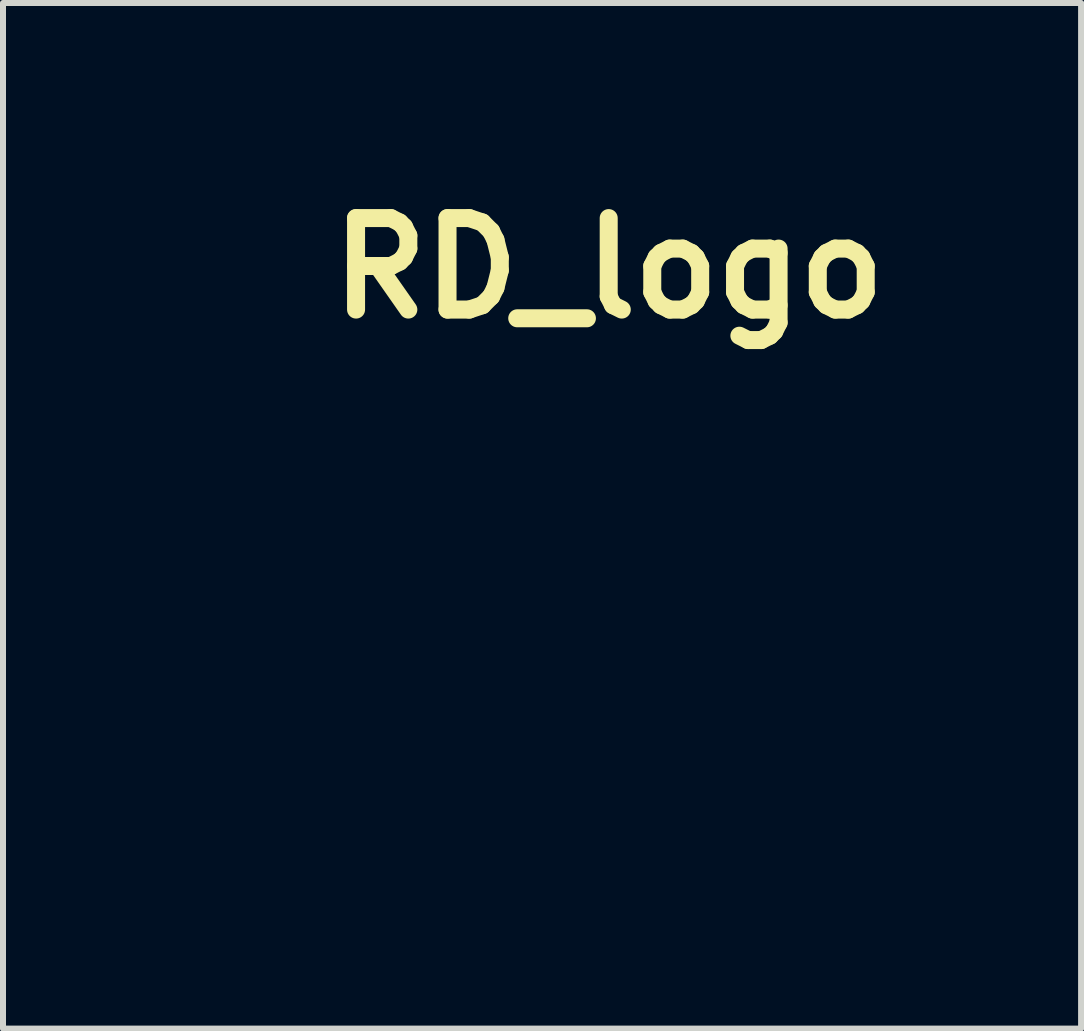
<source format=kicad_pcb>
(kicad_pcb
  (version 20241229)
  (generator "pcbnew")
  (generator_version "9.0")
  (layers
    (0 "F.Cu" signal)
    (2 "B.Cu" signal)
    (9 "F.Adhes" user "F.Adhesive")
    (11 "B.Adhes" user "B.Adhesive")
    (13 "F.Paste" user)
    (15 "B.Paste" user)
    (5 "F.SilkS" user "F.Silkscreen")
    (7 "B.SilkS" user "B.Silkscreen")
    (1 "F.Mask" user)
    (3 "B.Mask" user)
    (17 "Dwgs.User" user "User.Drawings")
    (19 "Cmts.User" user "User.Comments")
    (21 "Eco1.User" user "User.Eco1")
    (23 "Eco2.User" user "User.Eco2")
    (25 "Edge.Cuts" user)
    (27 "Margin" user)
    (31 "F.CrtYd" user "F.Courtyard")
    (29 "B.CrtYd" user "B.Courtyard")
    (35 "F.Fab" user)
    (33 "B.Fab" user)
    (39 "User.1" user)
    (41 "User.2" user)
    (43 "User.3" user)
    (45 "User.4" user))
  (footprint "RD_logo"
    (layer "F.Cu")
    (at 2.851 7.658)
    (property "Reference" "RD_logo" (at 4.24 -6.24 0) (layer "F.SilkS") (effects (font (size 1.524 1.524) (thickness 0.3))))
    (attr through_hole)
    (fp_poly (pts (xy 0.063 0.829) (xy 0.066 0.834) (xy 0.068 0.84) (xy 0.068 0.844) (xy 0.069 0.85) (xy 0.071 0.858) (xy 0.073 0.868) (xy 0.076 0.877) (xy 0.079 0.887) (xy 0.082 0.895) (xy 0.083 0.896) (xy 0.088 0.905) (xy 0.094 0.914) (xy 0.098 0.918) (xy 0.11 0.928) (xy 0.124 0.938) (xy 0.141 0.948) (xy 0.16 0.958) (xy 0.176 0.964) (xy 0.183 0.968) (xy 0.188 0.97) (xy 0.19 0.972) (xy 0.191 0.974) (xy 0.19 0.978) (xy 0.19 0.98) (xy 0.187 0.98) (xy 0.182 0.981) (xy 0.175 0.982) (xy 0.165 0.984) (xy 0.154 0.985) (xy 0.142 0.987) (xy 0.129 0.988) (xy 0.116 0.99) (xy 0.104 0.991) (xy 0.092 0.993) (xy 0.082 0.994) (xy 0.074 0.994) (xy 0.068 0.995) (xy 0.066 0.995) (xy 0.059 0.994) (xy 0.052 0.993) (xy 0.05 0.992) (xy 0.037 0.987) (xy 0.027 0.98) (xy 0.018 0.971) (xy 0.012 0.96) (xy 0.009 0.949) (xy 0.009 0.941) (xy 0.01 0.937) (xy 0.012 0.931) (xy 0.015 0.922) (xy 0.018 0.912) (xy 0.022 0.901) (xy 0.027 0.889) (xy 0.032 0.877) (xy 0.036 0.865) (xy 0.041 0.855) (xy 0.045 0.845) (xy 0.048 0.837) (xy 0.051 0.832) (xy 0.053 0.829) (xy 0.053 0.828) (xy 0.058 0.827) (xy 0.063 0.829)) (stroke (width 0.01) (type solid)) (fill yes) (layer "F.Mask"))
    (fp_poly (pts (xy -0.61 -2.886) (xy -0.61 -2.883) (xy -0.611 -2.882) (xy -0.614 -2.877) (xy -0.619 -2.872) (xy -0.626 -2.864) (xy -0.634 -2.856) (xy -0.643 -2.847) (xy -0.643 -2.847) (xy -0.677 -2.813) (xy -0.709 -2.781) (xy -0.738 -2.751) (xy -0.764 -2.723) (xy -0.788 -2.697) (xy -0.81 -2.672) (xy -0.821 -2.658) (xy -0.827 -2.652) (xy -0.833 -2.643) (xy -0.841 -2.633) (xy -0.85 -2.621) (xy -0.859 -2.609) (xy -0.867 -2.596) (xy -0.869 -2.594) (xy -0.885 -2.572) (xy -0.899 -2.552) (xy -0.912 -2.534) (xy -0.924 -2.518) (xy -0.936 -2.502) (xy -0.949 -2.486) (xy -0.963 -2.469) (xy -0.967 -2.464) (xy -0.991 -2.434) (xy -1.012 -2.407) (xy -1.032 -2.382) (xy -1.049 -2.358) (xy -1.064 -2.336) (xy -1.071 -2.326) (xy -1.075 -2.319) (xy -1.081 -2.309) (xy -1.088 -2.297) (xy -1.096 -2.282) (xy -1.104 -2.265) (xy -1.114 -2.246) (xy -1.124 -2.226) (xy -1.135 -2.205) (xy -1.146 -2.183) (xy -1.157 -2.16) (xy -1.168 -2.137) (xy -1.179 -2.114) (xy -1.19 -2.091) (xy -1.201 -2.068) (xy -1.211 -2.046) (xy -1.215 -2.037) (xy -1.231 -2.002) (xy -1.248 -1.964) (xy -1.265 -1.924) (xy -1.283 -1.883) (xy -1.3 -1.841) (xy -1.317 -1.801) (xy -1.325 -1.781) (xy -1.329 -1.769) (xy -1.334 -1.758) (xy -1.338 -1.748) (xy -1.341 -1.741) (xy -1.343 -1.735) (xy -1.345 -1.733) (xy -1.349 -1.73) (xy -1.354 -1.729) (xy -1.359 -1.73) (xy -1.362 -1.733) (xy -1.363 -1.734) (xy -1.363 -1.736) (xy -1.363 -1.738) (xy -1.363 -1.741) (xy -1.362 -1.745) (xy -1.361 -1.751) (xy -1.359 -1.759) (xy -1.357 -1.769) (xy -1.354 -1.782) (xy -1.35 -1.797) (xy -1.347 -1.808) (xy -1.34 -1.839) (xy -1.332 -1.866) (xy -1.326 -1.891) (xy -1.319 -1.915) (xy -1.313 -1.938) (xy -1.306 -1.96) (xy -1.299 -1.982) (xy -1.291 -2.004) (xy -1.283 -2.028) (xy -1.274 -2.054) (xy -1.274 -2.055) (xy -1.263 -2.085) (xy -1.252 -2.116) (xy -1.24 -2.147) (xy -1.229 -2.177) (xy -1.217 -2.208) (xy -1.206 -2.237) (xy -1.195 -2.265) (xy -1.184 -2.293) (xy -1.173 -2.319) (xy -1.163 -2.343) (xy -1.153 -2.366) (xy -1.145 -2.386) (xy -1.136 -2.404) (xy -1.129 -2.42) (xy -1.123 -2.432) (xy -1.117 -2.442) (xy -1.116 -2.445) (xy -1.11 -2.454) (xy -1.102 -2.464) (xy -1.093 -2.476) (xy -1.082 -2.488) (xy -1.069 -2.502) (xy -1.054 -2.517) (xy -1.041 -2.531) (xy -1.011 -2.56) (xy -0.979 -2.591) (xy -0.945 -2.622) (xy -0.909 -2.654) (xy -0.871 -2.687) (xy -0.833 -2.719) (xy -0.794 -2.751) (xy -0.755 -2.783) (xy -0.716 -2.814) (xy -0.678 -2.843) (xy -0.672 -2.847) (xy -0.661 -2.855) (xy -0.651 -2.863) (xy -0.641 -2.87) (xy -0.633 -2.876) (xy -0.627 -2.881) (xy -0.623 -2.883) (xy -0.623 -2.884) (xy -0.617 -2.887) (xy -0.612 -2.887) (xy -0.61 -2.886)) (stroke (width 0.01) (type solid)) (fill yes) (layer "F.Mask"))
    (fp_poly (pts (xy -1.754 -1.34) (xy -1.751 -1.338) (xy -1.747 -1.335) (xy -1.742 -1.329) (xy -1.736 -1.319) (xy -1.728 -1.307) (xy -1.719 -1.291) (xy -1.708 -1.272) (xy -1.696 -1.25) (xy -1.682 -1.225) (xy -1.667 -1.197) (xy -1.65 -1.165) (xy -1.632 -1.131) (xy -1.619 -1.106) (xy -1.61 -1.089) (xy -1.601 -1.072) (xy -1.593 -1.057) (xy -1.585 -1.042) (xy -1.578 -1.03) (xy -1.573 -1.019) (xy -1.568 -1.01) (xy -1.565 -1.004) (xy -1.563 -1.001) (xy -1.563 -1.001) (xy -1.561 -0.999) (xy -1.557 -0.994) (xy -1.551 -0.988) (xy -1.542 -0.98) (xy -1.531 -0.969) (xy -1.519 -0.956) (xy -1.504 -0.942) (xy -1.487 -0.926) (xy -1.469 -0.908) (xy -1.449 -0.888) (xy -1.427 -0.867) (xy -1.404 -0.845) (xy -1.38 -0.821) (xy -1.354 -0.796) (xy -1.328 -0.77) (xy -1.3 -0.743) (xy -1.271 -0.715) (xy -1.241 -0.686) (xy -1.211 -0.657) (xy -1.179 -0.626) (xy -1.148 -0.595) (xy -1.115 -0.564) (xy -1.083 -0.533) (xy -1.05 -0.501) (xy -1.017 -0.468) (xy -0.983 -0.436) (xy -0.95 -0.404) (xy -0.917 -0.372) (xy -0.884 -0.34) (xy -0.851 -0.308) (xy -0.819 -0.277) (xy -0.787 -0.246) (xy -0.756 -0.216) (xy -0.725 -0.186) (xy -0.695 -0.158) (xy -0.666 -0.13) (xy -0.638 -0.103) (xy -0.611 -0.077) (xy -0.585 -0.052) (xy -0.561 -0.028) (xy -0.537 -0.006) (xy -0.516 0.015) (xy -0.495 0.035) (xy -0.477 0.053) (xy -0.46 0.069) (xy -0.445 0.083) (xy -0.432 0.096) (xy -0.42 0.106) (xy -0.411 0.115) (xy -0.405 0.121) (xy -0.4 0.125) (xy -0.398 0.127) (xy -0.387 0.134) (xy -0.374 0.142) (xy -0.36 0.149) (xy -0.346 0.156) (xy -0.333 0.161) (xy -0.328 0.163) (xy -0.313 0.167) (xy -0.299 0.169) (xy -0.285 0.17) (xy -0.274 0.168) (xy -0.273 0.168) (xy -0.259 0.162) (xy -0.244 0.153) (xy -0.229 0.141) (xy -0.212 0.125) (xy -0.195 0.106) (xy -0.176 0.083) (xy -0.167 0.072) (xy -0.16 0.062) (xy -0.154 0.055) (xy -0.15 0.05) (xy -0.146 0.048) (xy -0.142 0.047) (xy -0.139 0.048) (xy -0.136 0.05) (xy -0.133 0.052) (xy -0.132 0.054) (xy -0.131 0.059) (xy -0.131 0.064) (xy -0.132 0.076) (xy -0.134 0.091) (xy -0.137 0.107) (xy -0.14 0.124) (xy -0.145 0.141) (xy -0.15 0.157) (xy -0.155 0.172) (xy -0.156 0.176) (xy -0.168 0.201) (xy -0.183 0.224) (xy -0.201 0.245) (xy -0.221 0.264) (xy -0.242 0.281) (xy -0.264 0.293) (xy -0.278 0.3) (xy -0.291 0.303) (xy -0.304 0.304) (xy -0.313 0.303) (xy -0.33 0.299) (xy -0.347 0.292) (xy -0.364 0.282) (xy -0.365 0.282) (xy -0.368 0.279) (xy -0.374 0.274) (xy -0.382 0.267) (xy -0.392 0.257) (xy -0.404 0.246) (xy -0.419 0.232) (xy -0.436 0.215) (xy -0.455 0.196) (xy -0.477 0.175) (xy -0.501 0.152) (xy -0.527 0.126) (xy -0.535 0.118) (xy -0.555 0.099) (xy -0.574 0.08) (xy -0.592 0.063) (xy -0.609 0.046) (xy -0.625 0.03) (xy -0.64 0.016) (xy -0.653 0.003) (xy -0.664 -0.008) (xy -0.674 -0.018) (xy -0.682 -0.026) (xy -0.688 -0.031) (xy -0.692 -0.035) (xy -0.694 -0.036) (xy -0.694 -0.036) (xy -0.694 -0.035) (xy -0.695 -0.031) (xy -0.696 -0.025) (xy -0.697 -0.021) (xy -0.701 0.002) (xy -0.707 0.028) (xy -0.714 0.055) (xy -0.723 0.083) (xy -0.734 0.11) (xy -0.746 0.137) (xy -0.758 0.163) (xy -0.768 0.182) (xy -0.776 0.196) (xy -0.787 0.212) (xy -0.799 0.23) (xy -0.812 0.249) (xy -0.826 0.27) (xy -0.841 0.29) (xy -0.856 0.311) (xy -0.871 0.331) (xy -0.886 0.351) (xy -0.899 0.367) (xy -0.91 0.381) (xy -0.921 0.382) (xy -0.93 0.383) (xy -0.942 0.383) (xy -0.955 0.383) (xy -0.97 0.383) (xy -0.985 0.382) (xy -0.998 0.382) (xy -1.009 0.381) (xy -1.021 0.38) (xy -1.032 0.378) (xy -1.039 0.377) (xy -1.06 0.373) (xy -1.084 0.368) (xy -1.11 0.36) (xy -1.137 0.351) (xy -1.166 0.341) (xy -1.194 0.33) (xy -1.223 0.318) (xy -1.251 0.305) (xy -1.259 0.301) (xy -1.288 0.287) (xy -1.315 0.272) (xy -1.339 0.257) (xy -1.362 0.242) (xy -1.384 0.226) (xy -1.404 0.209) (xy -1.425 0.19) (xy -1.44 0.175) (xy -1.468 0.145) (xy -1.495 0.114) (xy -1.521 0.081) (xy -1.546 0.045) (xy -1.57 0.008) (xy -1.594 -0.033) (xy -1.617 -0.077) (xy -1.622 -0.087) (xy -1.625 -0.092) (xy -0.928 -0.092) (xy -0.927 -0.08) (xy -0.924 -0.066) (xy -0.919 -0.052) (xy -0.913 -0.038) (xy -0.906 -0.027) (xy -0.899 -0.018) (xy -0.885 -0.006) (xy -0.871 0.002) (xy -0.856 0.008) (xy -0.84 0.01) (xy -0.835 0.01) (xy -0.827 0.009) (xy -0.821 0.008) (xy -0.815 0.006) (xy -0.807 0.002) (xy -0.807 0.002) (xy -0.793 -0.007) (xy -0.781 -0.018) (xy -0.771 -0.03) (xy -0.769 -0.033) (xy -0.765 -0.041) (xy -0.761 -0.051) (xy -0.757 -0.063) (xy -0.754 -0.075) (xy -0.752 -0.08) (xy -0.75 -0.092) (xy -0.798 -0.139) (xy -0.809 -0.15) (xy -0.819 -0.16) (xy -0.829 -0.17) (xy -0.838 -0.179) (xy -0.846 -0.186) (xy -0.851 -0.191) (xy -0.855 -0.194) (xy -0.855 -0.194) (xy -0.865 -0.203) (xy -0.88 -0.189) (xy -0.894 -0.175) (xy -0.905 -0.161) (xy -0.913 -0.147) (xy -0.917 -0.14) (xy -0.921 -0.129) (xy -0.925 -0.116) (xy -0.927 -0.104) (xy -0.928 -0.093) (xy -0.928 -0.092) (xy -1.625 -0.092) (xy -1.651 -0.147) (xy -1.678 -0.207) (xy -1.701 -0.266) (xy -1.722 -0.325) (xy -1.739 -0.383) (xy -1.752 -0.432) (xy -1.273 -0.432) (xy -1.273 -0.426) (xy -1.272 -0.408) (xy -1.27 -0.393) (xy -1.268 -0.378) (xy -1.264 -0.364) (xy -1.26 -0.35) (xy -1.252 -0.331) (xy -1.243 -0.313) (xy -1.233 -0.295) (xy -1.222 -0.278) (xy -1.21 -0.263) (xy -1.198 -0.251) (xy -1.187 -0.241) (xy -1.182 -0.238) (xy -1.164 -0.228) (xy -1.144 -0.219) (xy -1.124 -0.212) (xy -1.105 -0.207) (xy -1.103 -0.207) (xy -1.092 -0.206) (xy -1.08 -0.205) (xy -1.067 -0.205) (xy -1.055 -0.206) (xy -1.046 -0.208) (xy -1.027 -0.213) (xy -1.01 -0.222) (xy -0.995 -0.233) (xy -0.982 -0.247) (xy -0.971 -0.263) (xy -0.966 -0.275) (xy -0.964 -0.281) (xy -0.962 -0.286) (xy -0.961 -0.289) (xy -0.961 -0.29) (xy -0.961 -0.291) (xy -0.962 -0.293) (xy -0.964 -0.295) (xy -0.967 -0.298) (xy -0.97 -0.302) (xy -0.975 -0.307) (xy -0.981 -0.313) (xy -0.988 -0.321) (xy -0.997 -0.33) (xy -1.008 -0.34) (xy -1.02 -0.352) (xy -1.034 -0.366) (xy -1.051 -0.382) (xy -1.069 -0.401) (xy -1.09 -0.421) (xy -1.099 -0.429) (xy -1.117 -0.447) (xy -1.135 -0.465) (xy -1.152 -0.481) (xy -1.167 -0.496) (xy -1.182 -0.511) (xy -1.195 -0.524) (xy -1.207 -0.535) (xy -1.217 -0.545) (xy -1.226 -0.553) (xy -1.232 -0.559) (xy -1.236 -0.563) (xy -1.238 -0.565) (xy -1.238 -0.565) (xy -1.24 -0.563) (xy -1.242 -0.559) (xy -1.245 -0.553) (xy -1.249 -0.545) (xy -1.253 -0.537) (xy -1.256 -0.528) (xy -1.259 -0.52) (xy -1.26 -0.516) (xy -1.267 -0.495) (xy -1.271 -0.475) (xy -1.273 -0.454) (xy -1.273 -0.432) (xy -1.752 -0.432) (xy -1.754 -0.439) (xy -1.766 -0.494) (xy -1.773 -0.537) (xy -1.776 -0.56) (xy -1.778 -0.581) (xy -1.779 -0.601) (xy -1.78 -0.623) (xy -1.78 -0.642) (xy -1.78 -0.655) (xy -1.78 -0.664) (xy -1.78 -0.671) (xy -1.781 -0.676) (xy -1.781 -0.679) (xy -1.782 -0.681) (xy -1.783 -0.682) (xy -1.784 -0.683) (xy -1.786 -0.684) (xy -1.791 -0.688) (xy -1.798 -0.692) (xy -1.808 -0.698) (xy -1.819 -0.706) (xy -1.833 -0.715) (xy -1.848 -0.724) (xy -1.865 -0.735) (xy -1.883 -0.746) (xy -1.902 -0.758) (xy -1.921 -0.771) (xy -1.922 -0.771) (xy -1.941 -0.783) (xy -1.96 -0.795) (xy -1.978 -0.807) (xy -1.995 -0.817) (xy -2.01 -0.827) (xy -2.024 -0.836) (xy -2.036 -0.843) (xy -2.046 -0.849) (xy -2.053 -0.854) (xy -2.058 -0.857) (xy -2.06 -0.859) (xy -2.06 -0.859) (xy -2.065 -0.866) (xy -2.068 -0.873) (xy -2.068 -0.881) (xy -2.065 -0.887) (xy -2.059 -0.893) (xy -2.049 -0.897) (xy -2.039 -0.9) (xy -2.027 -0.9) (xy -2.015 -0.899) (xy -2.015 -0.899) (xy -2.01 -0.897) (xy -2.002 -0.894) (xy -1.993 -0.89) (xy -1.981 -0.885) (xy -1.967 -0.878) (xy -1.953 -0.871) (xy -1.937 -0.863) (xy -1.92 -0.855) (xy -1.904 -0.846) (xy -1.887 -0.838) (xy -1.871 -0.829) (xy -1.855 -0.821) (xy -1.841 -0.813) (xy -1.828 -0.806) (xy -1.817 -0.799) (xy -1.813 -0.797) (xy -1.799 -0.789) (xy -1.788 -0.782) (xy -1.779 -0.777) (xy -1.772 -0.774) (xy -1.767 -0.772) (xy -1.762 -0.771) (xy -1.758 -0.771) (xy -1.755 -0.772) (xy -1.752 -0.773) (xy -1.747 -0.777) (xy -1.742 -0.782) (xy -1.736 -0.789) (xy -1.731 -0.797) (xy -1.729 -0.801) (xy -1.725 -0.81) (xy -1.724 -0.819) (xy -1.726 -0.826) (xy -1.727 -0.829) (xy -1.731 -0.833) (xy -1.737 -0.84) (xy -1.744 -0.848) (xy -1.753 -0.859) (xy -1.763 -0.87) (xy -1.774 -0.883) (xy -1.786 -0.896) (xy -1.796 -0.908) (xy -1.824 -0.938) (xy -1.849 -0.966) (xy -1.871 -0.991) (xy -1.892 -1.014) (xy -1.911 -1.035) (xy -1.927 -1.054) (xy -1.942 -1.071) (xy -1.955 -1.086) (xy -1.966 -1.099) (xy -1.976 -1.11) (xy -1.984 -1.12) (xy -1.991 -1.128) (xy -1.996 -1.134) (xy -2 -1.14) (xy -2.003 -1.144) (xy -2.004 -1.147) (xy -2.007 -1.155) (xy -2.007 -1.164) (xy -2.006 -1.174) (xy -2.005 -1.179) (xy -2 -1.189) (xy -1.993 -1.197) (xy -1.985 -1.202) (xy -1.976 -1.205) (xy -1.967 -1.204) (xy -1.96 -1.202) (xy -1.958 -1.2) (xy -1.953 -1.196) (xy -1.947 -1.19) (xy -1.938 -1.182) (xy -1.928 -1.173) (xy -1.917 -1.162) (xy -1.905 -1.151) (xy -1.893 -1.139) (xy -1.889 -1.136) (xy -1.874 -1.121) (xy -1.861 -1.108) (xy -1.848 -1.095) (xy -1.835 -1.082) (xy -1.823 -1.07) (xy -1.81 -1.057) (xy -1.796 -1.043) (xy -1.782 -1.029) (xy -1.767 -1.013) (xy -1.75 -0.995) (xy -1.731 -0.975) (xy -1.718 -0.961) (xy -1.708 -0.951) (xy -1.699 -0.942) (xy -1.691 -0.934) (xy -1.685 -0.929) (xy -1.68 -0.925) (xy -1.679 -0.924) (xy -1.67 -0.921) (xy -1.661 -0.921) (xy -1.653 -0.924) (xy -1.647 -0.93) (xy -1.645 -0.931) (xy -1.644 -0.935) (xy -1.643 -0.938) (xy -1.644 -0.943) (xy -1.644 -0.945) (xy -1.645 -0.948) (xy -1.648 -0.954) (xy -1.651 -0.963) (xy -1.656 -0.974) (xy -1.662 -0.987) (xy -1.668 -1.001) (xy -1.675 -1.017) (xy -1.682 -1.034) (xy -1.69 -1.052) (xy -1.69 -1.052) (xy -1.702 -1.077) (xy -1.711 -1.099) (xy -1.72 -1.118) (xy -1.728 -1.135) (xy -1.734 -1.151) (xy -1.74 -1.165) (xy -1.746 -1.177) (xy -1.751 -1.189) (xy -1.756 -1.2) (xy -1.76 -1.211) (xy -1.764 -1.222) (xy -1.769 -1.234) (xy -1.771 -1.24) (xy -1.786 -1.276) (xy -1.786 -1.296) (xy -1.787 -1.308) (xy -1.786 -1.316) (xy -1.785 -1.323) (xy -1.782 -1.329) (xy -1.779 -1.333) (xy -1.776 -1.335) (xy -1.769 -1.34) (xy -1.761 -1.342) (xy -1.754 -1.34)) (stroke (width 0.01) (type solid)) (fill yes) (layer "F.Mask"))
    (fp_poly (pts (xy -0.23 -3.42) (xy -0.183 -3.417) (xy -0.159 -3.415) (xy -0.142 -3.413) (xy -0.124 -3.411) (xy -0.107 -3.408) (xy -0.091 -3.406) (xy -0.075 -3.403) (xy -0.061 -3.4) (xy -0.049 -3.398) (xy -0.039 -3.395) (xy -0.031 -3.393) (xy -0.027 -3.391) (xy -0.018 -3.384) (xy -0.01 -3.374) (xy -0.002 -3.361) (xy 0.004 -3.345) (xy 0.011 -3.325) (xy 0.016 -3.303) (xy 0.022 -3.277) (xy 0.026 -3.248) (xy 0.028 -3.235) (xy 0.031 -3.211) (xy 0.033 -3.185) (xy 0.036 -3.157) (xy 0.038 -3.127) (xy 0.04 -3.096) (xy 0.042 -3.065) (xy 0.044 -3.034) (xy 0.045 -3.004) (xy 0.046 -2.995) (xy 0.046 -2.973) (xy 0.047 -2.951) (xy 0.047 -2.93) (xy 0.046 -2.909) (xy 0.046 -2.887) (xy 0.045 -2.865) (xy 0.043 -2.841) (xy 0.041 -2.815) (xy 0.038 -2.787) (xy 0.035 -2.756) (xy 0.034 -2.74) (xy 0.033 -2.73) (xy 0.032 -2.722) (xy 0.032 -2.715) (xy 0.032 -2.71) (xy 0.032 -2.709) (xy 0.034 -2.708) (xy 0.039 -2.707) (xy 0.046 -2.705) (xy 0.056 -2.702) (xy 0.068 -2.699) (xy 0.082 -2.695) (xy 0.097 -2.692) (xy 0.108 -2.689) (xy 0.172 -2.672) (xy 0.234 -2.656) (xy 0.292 -2.64) (xy 0.349 -2.624) (xy 0.403 -2.608) (xy 0.455 -2.593) (xy 0.505 -2.577) (xy 0.555 -2.561) (xy 0.604 -2.544) (xy 0.652 -2.528) (xy 0.7 -2.51) (xy 0.749 -2.493) (xy 0.764 -2.487) (xy 0.859 -2.45) (xy 0.952 -2.411) (xy 1.042 -2.371) (xy 1.129 -2.329) (xy 1.214 -2.286) (xy 1.296 -2.241) (xy 1.375 -2.195) (xy 1.451 -2.147) (xy 1.524 -2.099) (xy 1.594 -2.049) (xy 1.661 -1.998) (xy 1.704 -1.963) (xy 1.76 -1.914) (xy 1.816 -1.863) (xy 1.872 -1.808) (xy 1.928 -1.751) (xy 1.984 -1.691) (xy 2.039 -1.629) (xy 2.094 -1.565) (xy 2.147 -1.498) (xy 2.199 -1.431) (xy 2.25 -1.362) (xy 2.299 -1.292) (xy 2.346 -1.221) (xy 2.392 -1.149) (xy 2.419 -1.105) (xy 2.46 -1.034) (xy 2.5 -0.96) (xy 2.538 -0.884) (xy 2.576 -0.805) (xy 2.611 -0.725) (xy 2.645 -0.644) (xy 2.664 -0.595) (xy 2.697 -0.504) (xy 2.728 -0.413) (xy 2.756 -0.323) (xy 2.781 -0.232) (xy 2.803 -0.142) (xy 2.82 -0.06) (xy 2.823 -0.046) (xy 2.826 -0.031) (xy 2.829 -0.015) (xy 2.831 0.001) (xy 2.834 0.017) (xy 2.837 0.032) (xy 2.839 0.047) (xy 2.841 0.06) (xy 2.843 0.071) (xy 2.844 0.08) (xy 2.844 0.087) (xy 2.845 0.091) (xy 2.844 0.091) (xy 2.843 0.09) (xy 2.841 0.087) (xy 2.836 0.08) (xy 2.831 0.071) (xy 2.823 0.06) (xy 2.815 0.047) (xy 2.806 0.032) (xy 2.795 0.015) (xy 2.784 -0.003) (xy 2.772 -0.022) (xy 2.759 -0.043) (xy 2.746 -0.065) (xy 2.732 -0.087) (xy 2.718 -0.11) (xy 2.704 -0.133) (xy 2.69 -0.157) (xy 2.688 -0.16) (xy 2.668 -0.194) (xy 2.649 -0.225) (xy 2.631 -0.255) (xy 2.613 -0.283) (xy 2.595 -0.31) (xy 2.578 -0.336) (xy 2.561 -0.362) (xy 2.543 -0.389) (xy 2.524 -0.416) (xy 2.504 -0.444) (xy 2.483 -0.473) (xy 2.46 -0.505) (xy 2.435 -0.538) (xy 2.429 -0.547) (xy 2.418 -0.562) (xy 2.406 -0.578) (xy 2.393 -0.595) (xy 2.381 -0.612) (xy 2.37 -0.628) (xy 2.36 -0.642) (xy 2.353 -0.651) (xy 2.334 -0.678) (xy 2.317 -0.702) (xy 2.302 -0.724) (xy 2.288 -0.743) (xy 2.276 -0.759) (xy 2.266 -0.773) (xy 2.261 -0.78) (xy 2.256 -0.785) (xy 2.25 -0.792) (xy 2.242 -0.801) (xy 2.233 -0.811) (xy 2.223 -0.821) (xy 2.213 -0.831) (xy 2.203 -0.841) (xy 2.194 -0.851) (xy 2.185 -0.859) (xy 2.178 -0.866) (xy 2.172 -0.871) (xy 2.169 -0.874) (xy 2.164 -0.878) (xy 2.17 -0.863) (xy 2.177 -0.846) (xy 2.185 -0.825) (xy 2.193 -0.801) (xy 2.201 -0.775) (xy 2.21 -0.747) (xy 2.219 -0.717) (xy 2.228 -0.685) (xy 2.237 -0.653) (xy 2.246 -0.619) (xy 2.255 -0.585) (xy 2.264 -0.551) (xy 2.272 -0.517) (xy 2.28 -0.484) (xy 2.282 -0.472) (xy 2.302 -0.378) (xy 2.319 -0.285) (xy 2.334 -0.193) (xy 2.346 -0.103) (xy 2.356 -0.013) (xy 2.363 0.077) (xy 2.365 0.117) (xy 2.366 0.147) (xy 2.367 0.178) (xy 2.367 0.212) (xy 2.367 0.248) (xy 2.367 0.283) (xy 2.366 0.319) (xy 2.365 0.353) (xy 2.363 0.386) (xy 2.361 0.416) (xy 2.36 0.422) (xy 2.353 0.492) (xy 2.343 0.563) (xy 2.33 0.636) (xy 2.315 0.711) (xy 2.296 0.787) (xy 2.275 0.864) (xy 2.252 0.943) (xy 2.225 1.022) (xy 2.196 1.103) (xy 2.165 1.184) (xy 2.131 1.266) (xy 2.098 1.341) (xy 2.093 1.352) (xy 2.088 1.364) (xy 2.082 1.377) (xy 2.075 1.391) (xy 2.069 1.405) (xy 2.062 1.418) (xy 2.056 1.432) (xy 2.05 1.444) (xy 2.044 1.456) (xy 2.039 1.466) (xy 2.036 1.474) (xy 2.033 1.479) (xy 2.031 1.482) (xy 2.031 1.483) (xy 2.031 1.481) (xy 2.031 1.476) (xy 2.032 1.47) (xy 2.033 1.462) (xy 2.035 1.441) (xy 2.038 1.417) (xy 2.04 1.39) (xy 2.042 1.361) (xy 2.044 1.331) (xy 2.046 1.299) (xy 2.048 1.267) (xy 2.048 1.261) (xy 2.048 1.249) (xy 2.049 1.234) (xy 2.049 1.217) (xy 2.049 1.198) (xy 2.049 1.179) (xy 2.049 1.158) (xy 2.049 1.137) (xy 2.049 1.116) (xy 2.049 1.096) (xy 2.048 1.076) (xy 2.048 1.057) (xy 2.048 1.041) (xy 2.047 1.026) (xy 2.047 1.014) (xy 2.046 1.005) (xy 2.046 1.003) (xy 2.044 0.985) (xy 2.043 0.968) (xy 2.041 0.95) (xy 2.039 0.932) (xy 2.036 0.912) (xy 2.033 0.891) (xy 2.03 0.868) (xy 2.027 0.841) (xy 2.024 0.824) (xy 2.021 0.803) (xy 2.019 0.785) (xy 2.016 0.769) (xy 2.014 0.755) (xy 2.012 0.742) (xy 2.011 0.73) (xy 2.009 0.718) (xy 2.008 0.706) (xy 2.006 0.694) (xy 2.005 0.681) (xy 2.003 0.666) (xy 2.001 0.65) (xy 1.999 0.631) (xy 1.997 0.61) (xy 1.994 0.591) (xy 1.99 0.557) (xy 1.987 0.526) (xy 1.984 0.498) (xy 1.981 0.473) (xy 1.978 0.451) (xy 1.975 0.43) (xy 1.972 0.411) (xy 1.97 0.394) (xy 1.968 0.379) (xy 1.965 0.364) (xy 1.963 0.351) (xy 1.961 0.338) (xy 1.958 0.325) (xy 1.958 0.321) (xy 1.954 0.304) (xy 1.95 0.289) (xy 1.947 0.275) (xy 1.943 0.264) (xy 1.94 0.256) (xy 1.94 0.255) (xy 1.939 0.253) (xy 1.938 0.253) (xy 1.938 0.254) (xy 1.938 0.258) (xy 1.938 0.264) (xy 1.938 0.271) (xy 1.936 0.301) (xy 1.933 0.334) (xy 1.928 0.37) (xy 1.922 0.407) (xy 1.914 0.445) (xy 1.904 0.484) (xy 1.893 0.524) (xy 1.88 0.564) (xy 1.867 0.604) (xy 1.852 0.643) (xy 1.836 0.681) (xy 1.823 0.711) (xy 1.816 0.725) (xy 1.81 0.739) (xy 1.803 0.752) (xy 1.796 0.765) (xy 1.789 0.778) (xy 1.781 0.792) (xy 1.772 0.807) (xy 1.762 0.823) (xy 1.75 0.841) (xy 1.738 0.861) (xy 1.724 0.883) (xy 1.708 0.907) (xy 1.706 0.909) (xy 1.691 0.933) (xy 1.677 0.954) (xy 1.665 0.973) (xy 1.654 0.99) (xy 1.644 1.006) (xy 1.636 1.02) (xy 1.628 1.034) (xy 1.621 1.047) (xy 1.614 1.06) (xy 1.613 1.063) (xy 1.598 1.093) (xy 1.586 1.121) (xy 1.576 1.148) (xy 1.568 1.175) (xy 1.561 1.201) (xy 1.556 1.229) (xy 1.556 1.23) (xy 1.548 1.278) (xy 1.542 1.329) (xy 1.536 1.382) (xy 1.53 1.437) (xy 1.525 1.493) (xy 1.521 1.55) (xy 1.521 1.552) (xy 1.52 1.566) (xy 1.52 1.582) (xy 1.519 1.601) (xy 1.519 1.622) (xy 1.518 1.644) (xy 1.518 1.668) (xy 1.518 1.692) (xy 1.518 1.717) (xy 1.518 1.741) (xy 1.518 1.765) (xy 1.518 1.788) (xy 1.518 1.809) (xy 1.519 1.828) (xy 1.519 1.845) (xy 1.52 1.859) (xy 1.52 1.864) (xy 1.524 1.921) (xy 1.529 1.974) (xy 1.534 2.026) (xy 1.541 2.074) (xy 1.548 2.121) (xy 1.556 2.167) (xy 1.565 2.211) (xy 1.566 2.217) (xy 1.569 2.229) (xy 1.572 2.242) (xy 1.575 2.254) (xy 1.578 2.267) (xy 1.581 2.278) (xy 1.584 2.287) (xy 1.586 2.294) (xy 1.586 2.296) (xy 1.586 2.296) (xy 1.583 2.294) (xy 1.578 2.289) (xy 1.571 2.283) (xy 1.563 2.275) (xy 1.554 2.266) (xy 1.543 2.255) (xy 1.532 2.243) (xy 1.519 2.23) (xy 1.507 2.217) (xy 1.493 2.203) (xy 1.48 2.189) (xy 1.467 2.175) (xy 1.454 2.161) (xy 1.447 2.153) (xy 1.378 2.076) (xy 1.311 1.997) (xy 1.246 1.917) (xy 1.182 1.837) (xy 1.142 1.784) (xy 1.086 1.707) (xy 1.032 1.63) (xy 0.982 1.554) (xy 0.934 1.479) (xy 0.89 1.405) (xy 0.848 1.331) (xy 0.81 1.258) (xy 0.775 1.186) (xy 0.743 1.116) (xy 0.732 1.09) (xy 0.722 1.066) (xy 0.712 1.039) (xy 0.7 1.01) (xy 0.688 0.978) (xy 0.676 0.945) (xy 0.663 0.91) (xy 0.65 0.875) (xy 0.637 0.839) (xy 0.624 0.803) (xy 0.612 0.767) (xy 0.6 0.733) (xy 0.588 0.699) (xy 0.578 0.667) (xy 0.569 0.641) (xy 0.566 0.63) (xy 0.562 0.62) (xy 0.559 0.612) (xy 0.557 0.606) (xy 0.556 0.602) (xy 0.555 0.602) (xy 0.554 0.603) (xy 0.552 0.608) (xy 0.549 0.614) (xy 0.546 0.622) (xy 0.544 0.626) (xy 0.54 0.636) (xy 0.536 0.643) (xy 0.534 0.648) (xy 0.531 0.652) (xy 0.528 0.655) (xy 0.525 0.657) (xy 0.517 0.663) (xy 0.516 0.708) (xy 0.516 0.722) (xy 0.516 0.736) (xy 0.515 0.751) (xy 0.515 0.764) (xy 0.515 0.775) (xy 0.515 0.779) (xy 0.515 0.805) (xy 0.535 0.825) (xy 0.556 0.847) (xy 0.575 0.867) (xy 0.592 0.887) (xy 0.606 0.905) (xy 0.618 0.922) (xy 0.627 0.938) (xy 0.633 0.952) (xy 0.634 0.955) (xy 0.636 0.962) (xy 0.637 0.969) (xy 0.637 0.976) (xy 0.637 0.978) (xy 0.632 1.01) (xy 0.624 1.041) (xy 0.613 1.072) (xy 0.598 1.103) (xy 0.581 1.133) (xy 0.56 1.163) (xy 0.537 1.191) (xy 0.512 1.218) (xy 0.489 1.239) (xy 0.466 1.258) (xy 0.441 1.276) (xy 0.416 1.294) (xy 0.389 1.31) (xy 0.36 1.326) (xy 0.329 1.343) (xy 0.32 1.347) (xy 0.264 1.372) (xy 0.206 1.395) (xy 0.147 1.415) (xy 0.085 1.433) (xy 0.022 1.447) (xy -0.043 1.459) (xy -0.086 1.465) (xy -0.104 1.467) (xy -0.121 1.469) (xy -0.136 1.471) (xy -0.151 1.472) (xy -0.166 1.473) (xy -0.182 1.473) (xy -0.2 1.474) (xy -0.22 1.474) (xy -0.239 1.474) (xy -0.272 1.474) (xy -0.303 1.473) (xy -0.333 1.472) (xy -0.363 1.47) (xy -0.393 1.468) (xy -0.426 1.465) (xy -0.46 1.461) (xy -0.474 1.46) (xy -0.536 1.452) (xy -0.596 1.443) (xy -0.654 1.433) (xy -0.711 1.421) (xy -0.767 1.408) (xy -0.823 1.393) (xy -0.879 1.376) (xy -0.935 1.357) (xy -0.992 1.336) (xy -1.05 1.312) (xy -1.11 1.287) (xy -1.137 1.275) (xy -1.147 1.27) (xy -1.128 1.298) (xy -1.073 1.378) (xy -1.02 1.46) (xy -0.97 1.545) (xy -0.921 1.633) (xy -0.875 1.722) (xy -0.831 1.813) (xy -0.79 1.906) (xy -0.751 2) (xy -0.715 2.094) (xy -0.687 2.175) (xy -0.668 2.237) (xy -0.65 2.296) (xy -0.634 2.353) (xy -0.62 2.407) (xy -0.609 2.459) (xy -0.6 2.508) (xy -0.593 2.554) (xy -0.588 2.598) (xy -0.585 2.634) (xy -0.585 2.644) (xy -0.585 2.654) (xy -0.585 2.662) (xy -0.585 2.669) (xy -0.585 2.671) (xy -0.586 2.679) (xy -0.591 2.668) (xy -0.597 2.657) (xy -0.604 2.643) (xy -0.612 2.627) (xy -0.622 2.608) (xy -0.632 2.589) (xy -0.643 2.568) (xy -0.654 2.547) (xy -0.666 2.526) (xy -0.677 2.505) (xy -0.689 2.485) (xy -0.699 2.466) (xy -0.709 2.448) (xy -0.711 2.446) (xy -0.729 2.413) (xy -0.747 2.384) (xy -0.763 2.356) (xy -0.779 2.331) (xy -0.795 2.306) (xy -0.811 2.282) (xy -0.827 2.259) (xy -0.844 2.235) (xy -0.863 2.21) (xy -0.882 2.184) (xy -0.891 2.172) (xy -0.906 2.153) (xy -0.918 2.137) (xy -0.929 2.123) (xy -0.938 2.11) (xy -0.946 2.099) (xy -0.953 2.09) (xy -0.959 2.081) (xy -0.964 2.073) (xy -0.966 2.068) (xy -0.971 2.062) (xy -0.974 2.057) (xy -0.976 2.054) (xy -0.977 2.053) (xy -0.977 2.055) (xy -0.976 2.061) (xy -0.975 2.07) (xy -0.973 2.081) (xy -0.97 2.096) (xy -0.967 2.113) (xy -0.964 2.133) (xy -0.96 2.154) (xy -0.955 2.178) (xy -0.95 2.204) (xy -0.945 2.232) (xy -0.939 2.262) (xy -0.933 2.293) (xy -0.927 2.325) (xy -0.922 2.35) (xy -0.908 2.422) (xy -0.893 2.496) (xy -0.878 2.571) (xy -0.862 2.646) (xy -0.847 2.72) (xy -0.831 2.792) (xy -0.822 2.833) (xy -0.816 2.863) (xy -0.81 2.891) (xy -0.805 2.917) (xy -0.8 2.941) (xy -0.797 2.963) (xy -0.793 2.986) (xy -0.79 3.008) (xy -0.787 3.031) (xy -0.784 3.056) (xy -0.782 3.073) (xy -0.78 3.1) (xy -0.777 3.129) (xy -0.775 3.159) (xy -0.773 3.19) (xy -0.771 3.222) (xy -0.77 3.253) (xy -0.769 3.283) (xy -0.768 3.312) (xy -0.768 3.34) (xy -0.768 3.365) (xy -0.768 3.387) (xy -0.769 3.394) (xy -0.77 3.423) (xy -0.801 3.403) (xy -0.858 3.366) (xy -0.918 3.326) (xy -0.979 3.285) (xy -1.041 3.241) (xy -1.104 3.196) (xy -1.167 3.149) (xy -1.231 3.101) (xy -1.293 3.053) (xy -1.355 3.004) (xy -1.416 2.956) (xy -1.475 2.907) (xy -1.532 2.858) (xy -1.54 2.852) (xy -1.61 2.791) (xy -1.678 2.729) (xy -1.744 2.667) (xy -1.808 2.605) (xy -1.87 2.543) (xy -1.929 2.482) (xy -1.986 2.421) (xy -2.04 2.36) (xy -2.058 2.339) (xy -2.105 2.283) (xy -2.151 2.226) (xy -2.196 2.167) (xy -2.24 2.108) (xy -2.283 2.048) (xy -2.324 1.989) (xy -2.362 1.931) (xy -2.367 1.923) (xy -2.416 1.844) (xy -2.464 1.762) (xy -2.509 1.678) (xy -2.553 1.593) (xy -2.593 1.508) (xy -2.627 1.432) (xy -2.642 1.396) (xy -2.657 1.36) (xy -2.671 1.322) (xy -2.686 1.284) (xy -2.7 1.246) (xy -2.713 1.208) (xy -2.725 1.172) (xy -2.736 1.138) (xy -2.746 1.107) (xy -2.747 1.101) (xy -2.761 1.052) (xy -2.773 1.001) (xy -2.785 0.948) (xy -2.795 0.893) (xy -2.805 0.835) (xy -2.813 0.776) (xy -2.821 0.713) (xy -2.825 0.672) (xy -2.673 0.672) (xy -2.672 0.713) (xy -2.67 0.771) (xy -2.664 0.828) (xy -2.656 0.884) (xy -2.644 0.94) (xy -2.629 0.997) (xy -2.629 0.998) (xy -2.624 1.016) (xy -2.617 1.037) (xy -2.609 1.061) (xy -2.601 1.087) (xy -2.591 1.115) (xy -2.581 1.145) (xy -2.57 1.176) (xy -2.558 1.208) (xy -2.547 1.241) (xy -2.535 1.274) (xy -2.523 1.307) (xy -2.511 1.339) (xy -2.499 1.371) (xy -2.487 1.402) (xy -2.475 1.432) (xy -2.464 1.46) (xy -2.454 1.486) (xy -2.444 1.509) (xy -2.436 1.53) (xy -2.432 1.538) (xy -2.402 1.606) (xy -2.371 1.672) (xy -2.34 1.734) (xy -2.308 1.794) (xy -2.275 1.851) (xy -2.242 1.906) (xy -2.207 1.959) (xy -2.171 2.011) (xy -2.134 2.061) (xy -2.095 2.11) (xy -2.054 2.158) (xy -2.019 2.198) (xy -2.007 2.21) (xy -1.993 2.225) (xy -1.978 2.242) (xy -1.96 2.26) (xy -1.941 2.28) (xy -1.921 2.301) (xy -1.899 2.322) (xy -1.878 2.344) (xy -1.856 2.367) (xy -1.833 2.389) (xy -1.811 2.411) (xy -1.79 2.433) (xy -1.769 2.453) (xy -1.749 2.473) (xy -1.73 2.491) (xy -1.713 2.508) (xy -1.698 2.522) (xy -1.691 2.529) (xy -1.679 2.54) (xy -1.667 2.551) (xy -1.654 2.563) (xy -1.64 2.576) (xy -1.626 2.589) (xy -1.611 2.603) (xy -1.596 2.616) (xy -1.582 2.629) (xy -1.568 2.641) (xy -1.555 2.653) (xy -1.542 2.664) (xy -1.531 2.674) (xy -1.521 2.683) (xy -1.513 2.69) (xy -1.506 2.695) (xy -1.502 2.699) (xy -1.5 2.7) (xy -1.5 2.7) (xy -1.5 2.699) (xy -1.501 2.694) (xy -1.503 2.687) (xy -1.506 2.678) (xy -1.509 2.668) (xy -1.51 2.663) (xy -1.53 2.599) (xy -1.551 2.534) (xy -1.575 2.469) (xy -1.6 2.405) (xy -1.627 2.342) (xy -1.654 2.28) (xy -1.683 2.221) (xy -1.703 2.182) (xy -1.727 2.138) (xy -1.751 2.094) (xy -1.776 2.052) (xy -1.802 2.01) (xy -1.828 1.969) (xy -1.856 1.927) (xy -1.886 1.885) (xy -1.917 1.841) (xy -1.95 1.796) (xy -1.986 1.75) (xy -1.994 1.739) (xy -2.019 1.707) (xy -2.043 1.678) (xy -2.065 1.65) (xy -2.085 1.625) (xy -2.105 1.6) (xy -2.125 1.577) (xy -2.144 1.555) (xy -2.163 1.532) (xy -2.183 1.51) (xy -2.203 1.487) (xy -2.225 1.464) (xy -2.248 1.439) (xy -2.268 1.417) (xy -2.287 1.398) (xy -2.303 1.38) (xy -2.317 1.365) (xy -2.33 1.351) (xy -2.341 1.338) (xy -2.352 1.326) (xy -2.361 1.315) (xy -2.37 1.304) (xy -2.379 1.293) (xy -2.388 1.282) (xy -2.397 1.27) (xy -2.401 1.264) (xy -2.44 1.208) (xy -2.478 1.149) (xy -2.513 1.088) (xy -2.545 1.025) (xy -2.575 0.959) (xy -2.603 0.891) (xy -2.629 0.82) (xy -2.652 0.748) (xy -2.661 0.716) (xy -2.673 0.672) (xy -2.825 0.672) (xy -2.827 0.648) (xy -2.833 0.581) (xy -2.838 0.51) (xy -2.842 0.436) (xy -2.843 0.403) (xy -2.844 0.384) (xy -2.844 0.362) (xy -2.845 0.338) (xy -2.845 0.312) (xy -2.846 0.284) (xy -2.846 0.255) (xy -2.846 0.226) (xy -2.846 0.196) (xy -2.846 0.167) (xy -2.846 0.139) (xy -2.846 0.112) (xy -2.846 0.088) (xy -2.845 0.065) (xy -2.845 0.059) (xy -2.843 -0.017) (xy -2.84 -0.09) (xy -2.837 -0.16) (xy -2.833 -0.228) (xy -2.829 -0.292) (xy -2.824 -0.355) (xy -2.818 -0.416) (xy -2.812 -0.475) (xy -2.805 -0.532) (xy -2.8 -0.568) (xy -2.463 -0.568) (xy -2.463 -0.56) (xy -2.462 -0.549) (xy -2.461 -0.542) (xy -2.454 -0.48) (xy -2.445 -0.416) (xy -2.435 -0.352) (xy -2.423 -0.288) (xy -2.41 -0.224) (xy -2.396 -0.162) (xy -2.382 -0.102) (xy -2.366 -0.044) (xy -2.351 0.004) (xy -2.338 0.044) (xy -2.322 0.087) (xy -2.304 0.133) (xy -2.284 0.18) (xy -2.262 0.23) (xy -2.238 0.282) (xy -2.212 0.336) (xy -2.184 0.391) (xy -2.154 0.449) (xy -2.122 0.507) (xy -2.089 0.568) (xy -2.054 0.629) (xy -2.018 0.692) (xy -1.98 0.755) (xy -1.965 0.779) (xy -1.929 0.837) (xy -1.894 0.893) (xy -1.86 0.946) (xy -1.826 0.997) (xy -1.793 1.046) (xy -1.761 1.092) (xy -1.73 1.135) (xy -1.7 1.175) (xy -1.671 1.212) (xy -1.668 1.216) (xy -1.653 1.236) (xy -1.637 1.256) (xy -1.622 1.275) (xy -1.607 1.295) (xy -1.592 1.315) (xy -1.577 1.336) (xy -1.562 1.357) (xy -1.546 1.38) (xy -1.53 1.404) (xy -1.512 1.429) (xy -1.494 1.456) (xy -1.475 1.485) (xy -1.455 1.515) (xy -1.433 1.549) (xy -1.41 1.584) (xy -1.385 1.623) (xy -1.383 1.626) (xy -1.364 1.655) (xy -1.347 1.682) (xy -1.332 1.706) (xy -1.318 1.728) (xy -1.305 1.749) (xy -1.293 1.768) (xy -1.282 1.786) (xy -1.271 1.804) (xy -1.261 1.821) (xy -1.251 1.838) (xy -1.241 1.856) (xy -1.231 1.874) (xy -1.223 1.887) (xy -1.215 1.903) (xy -1.206 1.92) (xy -1.196 1.938) (xy -1.187 1.956) (xy -1.177 1.975) (xy -1.168 1.994) (xy -1.159 2.013) (xy -1.15 2.031) (xy -1.142 2.048) (xy -1.135 2.064) (xy -1.128 2.078) (xy -1.123 2.09) (xy -1.119 2.099) (xy -1.117 2.106) (xy -1.117 2.108) (xy -1.115 2.112) (xy -1.114 2.112) (xy -1.113 2.11) (xy -1.112 2.104) (xy -1.111 2.095) (xy -1.111 2.091) (xy -1.108 2.058) (xy -1.106 2.027) (xy -1.106 1.998) (xy -1.106 1.972) (xy -1.107 1.948) (xy -1.109 1.928) (xy -1.11 1.919) (xy -1.116 1.891) (xy -1.123 1.862) (xy -1.131 1.833) (xy -1.135 1.82) (xy -1.139 1.81) (xy -1.141 1.802) (xy -1.142 1.797) (xy -1.143 1.793) (xy -1.143 1.791) (xy -1.142 1.789) (xy -1.139 1.785) (xy -1.133 1.782) (xy -1.128 1.782) (xy -1.127 1.783) (xy -1.124 1.784) (xy -1.119 1.788) (xy -1.111 1.795) (xy -1.102 1.802) (xy -1.09 1.812) (xy -1.078 1.823) (xy -1.064 1.836) (xy -1.048 1.849) (xy -1.032 1.863) (xy -1.015 1.879) (xy -0.998 1.894) (xy -0.981 1.91) (xy -0.963 1.927) (xy -0.945 1.943) (xy -0.928 1.959) (xy -0.911 1.975) (xy -0.898 1.988) (xy -0.884 2) (xy -0.874 2.01) (xy -0.865 2.019) (xy -0.858 2.025) (xy -0.853 2.03) (xy -0.85 2.033) (xy -0.847 2.034) (xy -0.846 2.035) (xy -0.846 2.035) (xy -0.846 2.034) (xy -0.846 2.034) (xy -0.847 2.031) (xy -0.849 2.025) (xy -0.852 2.017) (xy -0.855 2.008) (xy -0.859 1.998) (xy -0.859 1.997) (xy -0.88 1.942) (xy -0.904 1.885) (xy -0.929 1.827) (xy -0.957 1.769) (xy -0.986 1.711) (xy -1.017 1.654) (xy -1.041 1.612) (xy -1.062 1.576) (xy -1.085 1.539) (xy -1.109 1.502) (xy -1.134 1.464) (xy -1.161 1.424) (xy -1.189 1.383) (xy -1.22 1.34) (xy -1.253 1.295) (xy -1.26 1.286) (xy -1.274 1.266) (xy -1.288 1.248) (xy -1.301 1.23) (xy -1.314 1.214) (xy -1.327 1.198) (xy -1.339 1.183) (xy -1.352 1.167) (xy -1.366 1.151) (xy -1.38 1.135) (xy -1.395 1.118) (xy -1.412 1.1) (xy -1.43 1.081) (xy -1.449 1.06) (xy -1.471 1.037) (xy -1.495 1.012) (xy -1.498 1.009) (xy -1.526 0.979) (xy -1.553 0.95) (xy -1.579 0.924) (xy -1.602 0.899) (xy -1.624 0.876) (xy -1.643 0.854) (xy -1.661 0.835) (xy -1.676 0.818) (xy -1.69 0.804) (xy -1.7 0.791) (xy -1.705 0.786) (xy -1.716 0.773) (xy -1.728 0.757) (xy -1.742 0.739) (xy -1.757 0.718) (xy -1.773 0.696) (xy -1.79 0.671) (xy -1.808 0.644) (xy -1.827 0.616) (xy -1.847 0.587) (xy -1.867 0.557) (xy -1.887 0.526) (xy -1.908 0.494) (xy -1.928 0.461) (xy -1.949 0.429) (xy -1.969 0.396) (xy -1.99 0.364) (xy -2.009 0.332) (xy -2.028 0.301) (xy -2.046 0.27) (xy -2.064 0.241) (xy -2.08 0.213) (xy -2.095 0.187) (xy -2.096 0.184) (xy -2.14 0.104) (xy -2.183 0.02) (xy -2.226 -0.065) (xy -2.267 -0.153) (xy -2.308 -0.242) (xy -2.347 -0.331) (xy -2.384 -0.421) (xy -2.419 -0.511) (xy -2.426 -0.53) (xy -2.432 -0.545) (xy -2.436 -0.557) (xy -2.44 -0.567) (xy -2.444 -0.574) (xy -2.446 -0.579) (xy -2.449 -0.582) (xy -2.451 -0.584) (xy -2.453 -0.585) (xy -2.455 -0.584) (xy -2.456 -0.584) (xy -2.459 -0.583) (xy -2.461 -0.581) (xy -2.462 -0.579) (xy -2.463 -0.574) (xy -2.463 -0.568) (xy -2.8 -0.568) (xy -2.797 -0.589) (xy -2.789 -0.644) (xy -2.78 -0.699) (xy -2.77 -0.753) (xy -2.759 -0.808) (xy -2.737 -0.903) (xy -2.713 -0.999) (xy -2.686 -1.095) (xy -2.679 -1.115) (xy -2.442 -1.115) (xy -2.441 -1.057) (xy -2.439 -0.997) (xy -2.436 -0.936) (xy -2.436 -0.93) (xy -2.434 -0.9) (xy -2.431 -0.874) (xy -2.429 -0.85) (xy -2.427 -0.828) (xy -2.425 -0.809) (xy -2.422 -0.791) (xy -2.42 -0.775) (xy -2.417 -0.759) (xy -2.413 -0.745) (xy -2.409 -0.73) (xy -2.405 -0.715) (xy -2.4 -0.7) (xy -2.4 -0.699) (xy -2.395 -0.685) (xy -2.39 -0.671) (xy -2.384 -0.657) (xy -2.378 -0.643) (xy -2.372 -0.628) (xy -2.365 -0.612) (xy -2.356 -0.595) (xy -2.347 -0.577) (xy -2.336 -0.557) (xy -2.324 -0.534) (xy -2.311 -0.51) (xy -2.296 -0.483) (xy -2.296 -0.483) (xy -2.283 -0.46) (xy -2.271 -0.437) (xy -2.259 -0.414) (xy -2.248 -0.393) (xy -2.238 -0.372) (xy -2.229 -0.353) (xy -2.221 -0.337) (xy -2.217 -0.327) (xy -2.213 -0.318) (xy -2.209 -0.306) (xy -2.204 -0.293) (xy -2.199 -0.279) (xy -2.195 -0.266) (xy -2.193 -0.261) (xy -2.185 -0.237) (xy -2.176 -0.213) (xy -2.166 -0.189) (xy -2.157 -0.166) (xy -2.146 -0.141) (xy -2.135 -0.117) (xy -2.123 -0.092) (xy -2.11 -0.066) (xy -2.096 -0.039) (xy -2.08 -0.011) (xy -2.064 0.018) (xy -2.046 0.049) (xy -2.027 0.081) (xy -2.007 0.115) (xy -1.985 0.151) (xy -1.961 0.189) (xy -1.935 0.229) (xy -1.908 0.271) (xy -1.879 0.316) (xy -1.856 0.351) (xy -1.837 0.38) (xy -1.82 0.406) (xy -1.804 0.43) (xy -1.789 0.451) (xy -1.776 0.471) (xy -1.763 0.49) (xy -1.751 0.507) (xy -1.739 0.524) (xy -1.727 0.541) (xy -1.715 0.557) (xy -1.703 0.573) (xy -1.69 0.59) (xy -1.677 0.608) (xy -1.662 0.627) (xy -1.647 0.647) (xy -1.646 0.648) (xy -1.634 0.663) (xy -1.621 0.679) (xy -1.607 0.697) (xy -1.593 0.715) (xy -1.577 0.735) (xy -1.56 0.756) (xy -1.543 0.777) (xy -1.526 0.798) (xy -1.509 0.82) (xy -1.491 0.842) (xy -1.473 0.863) (xy -1.456 0.885) (xy -1.438 0.906) (xy -1.422 0.926) (xy -1.405 0.946) (xy -1.39 0.965) (xy -1.376 0.982) (xy -1.362 0.999) (xy -1.35 1.013) (xy -1.339 1.026) (xy -1.329 1.038) (xy -1.321 1.047) (xy -1.315 1.054) (xy -1.311 1.058) (xy -1.309 1.06) (xy -1.309 1.06) (xy -1.306 1.062) (xy -1.3 1.065) (xy -1.292 1.069) (xy -1.282 1.074) (xy -1.271 1.079) (xy -1.264 1.082) (xy -1.184 1.118) (xy -1.103 1.152) (xy -1.021 1.183) (xy -0.94 1.211) (xy -0.858 1.236) (xy -0.776 1.258) (xy -0.695 1.277) (xy -0.614 1.293) (xy -0.534 1.306) (xy -0.456 1.316) (xy -0.439 1.317) (xy -0.422 1.319) (xy -0.407 1.32) (xy -0.393 1.321) (xy -0.379 1.322) (xy -0.364 1.323) (xy -0.349 1.324) (xy -0.333 1.325) (xy -0.315 1.325) (xy -0.296 1.326) (xy -0.273 1.327) (xy -0.248 1.327) (xy -0.245 1.328) (xy -0.239 1.328) (xy -0.236 1.327) (xy -0.235 1.327) (xy -0.236 1.325) (xy -0.239 1.322) (xy -0.244 1.317) (xy -0.251 1.311) (xy -0.256 1.306) (xy -0.275 1.286) (xy -0.29 1.267) (xy -0.303 1.248) (xy -0.313 1.228) (xy -0.322 1.206) (xy -0.328 1.183) (xy -0.329 1.178) (xy -0.33 1.167) (xy -0.331 1.154) (xy -0.332 1.138) (xy -0.332 1.121) (xy -0.331 1.104) (xy -0.33 1.086) (xy -0.328 1.07) (xy -0.328 1.064) (xy -0.323 1.031) (xy -0.317 1.001) (xy -0.31 0.975) (xy -0.303 0.952) (xy -0.294 0.932) (xy -0.285 0.916) (xy -0.279 0.907) (xy -0.273 0.901) (xy -0.268 0.895) (xy -0.262 0.89) (xy -0.258 0.887) (xy -0.256 0.886) (xy -0.256 0.888) (xy -0.256 0.893) (xy -0.256 0.9) (xy -0.256 0.908) (xy -0.257 0.918) (xy -0.257 0.931) (xy -0.257 0.946) (xy -0.257 0.962) (xy -0.257 0.98) (xy -0.257 0.997) (xy -0.256 1.014) (xy -0.256 1.031) (xy -0.255 1.045) (xy -0.254 1.058) (xy -0.253 1.067) (xy -0.253 1.069) (xy -0.25 1.094) (xy -0.246 1.117) (xy -0.242 1.137) (xy -0.236 1.156) (xy -0.231 1.173) (xy -0.226 1.186) (xy -0.219 1.201) (xy -0.211 1.216) (xy -0.203 1.231) (xy -0.195 1.244) (xy -0.191 1.249) (xy -0.185 1.258) (xy -0.176 1.268) (xy -0.167 1.278) (xy -0.157 1.288) (xy -0.148 1.297) (xy -0.139 1.305) (xy -0.132 1.31) (xy -0.131 1.311) (xy -0.121 1.318) (xy -0.107 1.317) (xy -0.099 1.316) (xy -0.087 1.314) (xy -0.074 1.312) (xy -0.059 1.31) (xy -0.042 1.307) (xy -0.026 1.304) (xy -0.009 1.301) (xy 0.007 1.298) (xy 0.015 1.296) (xy 0.055 1.287) (xy 0.095 1.277) (xy 0.135 1.267) (xy 0.174 1.255) (xy 0.212 1.243) (xy 0.249 1.23) (xy 0.284 1.216) (xy 0.317 1.203) (xy 0.347 1.189) (xy 0.375 1.174) (xy 0.4 1.16) (xy 0.418 1.149) (xy 0.434 1.137) (xy 0.451 1.124) (xy 0.468 1.109) (xy 0.483 1.095) (xy 0.498 1.08) (xy 0.51 1.066) (xy 0.517 1.057) (xy 0.529 1.038) (xy 0.537 1.02) (xy 0.543 1.003) (xy 0.545 0.986) (xy 0.543 0.97) (xy 0.542 0.964) (xy 0.536 0.946) (xy 0.526 0.928) (xy 0.512 0.91) (xy 0.496 0.893) (xy 0.476 0.877) (xy 0.453 0.861) (xy 0.452 0.86) (xy 0.445 0.856) (xy 0.436 0.851) (xy 0.426 0.846) (xy 0.415 0.841) (xy 0.406 0.836) (xy 0.388 0.828) (xy 0.372 0.82) (xy 0.359 0.812) (xy 0.349 0.805) (xy 0.34 0.799) (xy 0.333 0.792) (xy 0.327 0.784) (xy 0.322 0.777) (xy 0.32 0.773) (xy 0.313 0.757) (xy 0.306 0.737) (xy 0.299 0.714) (xy 0.298 0.709) (xy 0.433 0.709) (xy 0.434 0.709) (xy 0.434 0.709) (xy 0.434 0.708) (xy 0.433 0.709) (xy 0.298 0.709) (xy 0.293 0.688) (xy 0.288 0.66) (xy 0.283 0.629) (xy 0.279 0.595) (xy 0.276 0.56) (xy 0.273 0.522) (xy 0.272 0.483) (xy 0.27 0.442) (xy 0.27 0.438) (xy 0.27 0.42) (xy 0.27 0.406) (xy 0.27 0.394) (xy 0.27 0.384) (xy 0.271 0.377) (xy 0.271 0.375) (xy 0.414 0.375) (xy 0.414 0.382) (xy 0.415 0.389) (xy 0.419 0.405) (xy 0.426 0.419) (xy 0.436 0.43) (xy 0.448 0.44) (xy 0.462 0.446) (xy 0.478 0.45) (xy 0.495 0.452) (xy 0.503 0.452) (xy 0.507 0.451) (xy 0.509 0.45) (xy 0.509 0.45) (xy 0.508 0.448) (xy 0.507 0.442) (xy 0.505 0.435) (xy 0.502 0.426) (xy 0.499 0.415) (xy 0.497 0.408) (xy 0.485 0.368) (xy 0.47 0.367) (xy 0.461 0.367) (xy 0.451 0.366) (xy 0.44 0.365) (xy 0.435 0.365) (xy 0.415 0.364) (xy 0.414 0.37) (xy 0.414 0.375) (xy 0.271 0.375) (xy 0.271 0.371) (xy 0.272 0.367) (xy 0.274 0.364) (xy 0.275 0.361) (xy 0.277 0.359) (xy 0.279 0.356) (xy 0.281 0.356) (xy 0.282 0.357) (xy 0.283 0.358) (xy 0.284 0.356) (xy 0.284 0.35) (xy 0.284 0.341) (xy 0.268 0.328) (xy 0.257 0.318) (xy 0.247 0.308) (xy 0.239 0.298) (xy 0.233 0.289) (xy 0.233 0.288) (xy 0.23 0.279) (xy 0.227 0.267) (xy 0.225 0.253) (xy 0.223 0.237) (xy 0.221 0.219) (xy 0.22 0.2) (xy 0.22 0.181) (xy 0.22 0.18) (xy 0.22 0.163) (xy 0.222 0.149) (xy 0.224 0.136) (xy 0.228 0.122) (xy 0.233 0.108) (xy 0.237 0.1) (xy 0.242 0.091) (xy 0.246 0.083) (xy 0.251 0.077) (xy 0.255 0.073) (xy 0.256 0.072) (xy 0.257 0.071) (xy 0.258 0.071) (xy 0.259 0.073) (xy 0.259 0.076) (xy 0.259 0.082) (xy 0.259 0.091) (xy 0.259 0.093) (xy 0.26 0.12) (xy 0.262 0.146) (xy 0.265 0.171) (xy 0.269 0.193) (xy 0.274 0.213) (xy 0.279 0.23) (xy 0.286 0.244) (xy 0.293 0.255) (xy 0.303 0.265) (xy 0.315 0.274) (xy 0.329 0.282) (xy 0.344 0.289) (xy 0.358 0.294) (xy 0.359 0.294) (xy 0.363 0.295) (xy 0.368 0.296) (xy 0.373 0.297) (xy 0.38 0.297) (xy 0.388 0.298) (xy 0.399 0.298) (xy 0.412 0.298) (xy 0.418 0.298) (xy 0.432 0.298) (xy 0.443 0.298) (xy 0.451 0.298) (xy 0.457 0.297) (xy 0.461 0.297) (xy 0.463 0.296) (xy 0.464 0.296) (xy 0.464 0.295) (xy 0.463 0.292) (xy 0.461 0.287) (xy 0.459 0.278) (xy 0.455 0.267) (xy 0.452 0.254) (xy 0.448 0.24) (xy 0.443 0.224) (xy 0.439 0.207) (xy 0.434 0.19) (xy 0.429 0.172) (xy 0.424 0.154) (xy 0.42 0.137) (xy 0.415 0.121) (xy 0.412 0.106) (xy 0.403 0.074) (xy 0.394 0.04) (xy 0.385 0.004) (xy 0.376 -0.033) (xy 0.366 -0.071) (xy 0.357 -0.108) (xy 0.348 -0.145) (xy 0.34 -0.181) (xy 0.332 -0.215) (xy 0.324 -0.247) (xy 0.318 -0.277) (xy 0.314 -0.292) (xy 0.313 -0.298) (xy 0.311 -0.302) (xy 0.31 -0.303) (xy 0.31 -0.302) (xy 0.309 -0.3) (xy 0.307 -0.294) (xy 0.305 -0.286) (xy 0.302 -0.276) (xy 0.298 -0.265) (xy 0.295 -0.252) (xy 0.292 -0.242) (xy 0.278 -0.198) (xy 0.265 -0.156) (xy 0.252 -0.116) (xy 0.239 -0.078) (xy 0.226 -0.042) (xy 0.214 -0.009) (xy 0.202 0.021) (xy 0.191 0.049) (xy 0.18 0.073) (xy 0.174 0.085) (xy 0.166 0.101) (xy 0.156 0.119) (xy 0.145 0.14) (xy 0.132 0.163) (xy 0.117 0.188) (xy 0.101 0.216) (xy 0.083 0.246) (xy 0.063 0.279) (xy 0.048 0.302) (xy 0.039 0.317) (xy 0.029 0.334) (xy 0.018 0.351) (xy 0.007 0.369) (xy -0.004 0.387) (xy -0.015 0.405) (xy -0.027 0.423) (xy -0.038 0.44) (xy -0.048 0.457) (xy -0.059 0.473) (xy -0.068 0.488) (xy -0.077 0.502) (xy -0.084 0.514) (xy -0.091 0.524) (xy -0.096 0.532) (xy -0.1 0.537) (xy -0.102 0.54) (xy -0.103 0.541) (xy -0.103 0.539) (xy -0.102 0.534) (xy -0.102 0.527) (xy -0.101 0.518) (xy -0.1 0.507) (xy -0.1 0.498) (xy -0.097 0.464) (xy -0.095 0.428) (xy -0.093 0.39) (xy -0.09 0.351) (xy -0.088 0.309) (xy -0.086 0.264) (xy -0.084 0.217) (xy -0.084 0.205) (xy -0.083 0.192) (xy -0.083 0.177) (xy -0.083 0.158) (xy -0.082 0.138) (xy -0.082 0.115) (xy -0.082 0.09) (xy -0.082 0.064) (xy -0.082 0.037) (xy -0.081 0.009) (xy -0.081 -0.02) (xy -0.081 -0.049) (xy -0.081 -0.077) (xy -0.082 -0.105) (xy -0.082 -0.132) (xy -0.082 -0.158) (xy -0.082 -0.183) (xy -0.082 -0.206) (xy -0.083 -0.226) (xy -0.083 -0.244) (xy -0.083 -0.26) (xy -0.084 -0.272) (xy -0.084 -0.274) (xy -0.087 -0.336) (xy -0.09 -0.394) (xy -0.093 -0.449) (xy -0.097 -0.501) (xy -0.101 -0.55) (xy -0.105 -0.596) (xy -0.109 -0.639) (xy -0.114 -0.68) (xy -0.119 -0.719) (xy -0.125 -0.755) (xy -0.127 -0.77) (xy -0.14 -0.837) (xy -0.155 -0.907) (xy -0.173 -0.977) (xy -0.194 -1.05) (xy -0.218 -1.123) (xy -0.244 -1.198) (xy -0.272 -1.273) (xy -0.303 -1.349) (xy -0.336 -1.425) (xy -0.347 -1.449) (xy -0.355 -1.467) (xy -0.364 -1.485) (xy -0.374 -1.505) (xy -0.384 -1.525) (xy -0.394 -1.546) (xy -0.404 -1.566) (xy -0.415 -1.587) (xy -0.425 -1.607) (xy -0.435 -1.626) (xy -0.445 -1.644) (xy -0.454 -1.662) (xy -0.463 -1.677) (xy -0.471 -1.692) (xy -0.478 -1.704) (xy -0.484 -1.715) (xy -0.489 -1.723) (xy -0.493 -1.728) (xy -0.495 -1.731) (xy -0.496 -1.731) (xy -0.498 -1.73) (xy -0.503 -1.727) (xy -0.509 -1.723) (xy -0.517 -1.717) (xy -0.526 -1.711) (xy -0.528 -1.71) (xy -0.538 -1.703) (xy -0.546 -1.698) (xy -0.552 -1.695) (xy -0.556 -1.692) (xy -0.559 -1.691) (xy -0.562 -1.691) (xy -0.564 -1.69) (xy -0.573 -1.692) (xy -0.58 -1.696) (xy -0.586 -1.702) (xy -0.589 -1.709) (xy -0.59 -1.717) (xy -0.588 -1.725) (xy -0.588 -1.725) (xy -0.586 -1.728) (xy -0.581 -1.733) (xy -0.575 -1.739) (xy -0.57 -1.744) (xy -0.529 -1.782) (xy -0.488 -1.822) (xy -0.474 -1.836) (xy -0.372 -1.836) (xy -0.372 -1.834) (xy -0.369 -1.829) (xy -0.366 -1.823) (xy -0.362 -1.817) (xy -0.343 -1.786) (xy -0.322 -1.751) (xy -0.302 -1.715) (xy -0.281 -1.675) (xy -0.259 -1.635) (xy -0.239 -1.593) (xy -0.218 -1.549) (xy -0.198 -1.506) (xy -0.179 -1.462) (xy -0.167 -1.435) (xy -0.138 -1.363) (xy -0.111 -1.29) (xy -0.085 -1.216) (xy -0.061 -1.141) (xy -0.039 -1.066) (xy -0.019 -0.992) (xy -0.001 -0.919) (xy 0.015 -0.848) (xy 0.021 -0.819) (xy 0.034 -0.744) (xy 0.046 -0.67) (xy 0.055 -0.595) (xy 0.063 -0.52) (xy 0.068 -0.443) (xy 0.072 -0.364) (xy 0.075 -0.283) (xy 0.075 -0.266) (xy 0.075 -0.199) (xy 0.074 -0.133) (xy 0.071 -0.069) (xy 0.068 -0.006) (xy 0.063 0.054) (xy 0.059 0.096) (xy 0.059 0.096) (xy 0.06 0.092) (xy 0.063 0.085) (xy 0.066 0.074) (xy 0.07 0.06) (xy 0.075 0.043) (xy 0.081 0.022) (xy 0.088 -0.001) (xy 0.096 -0.029) (xy 0.104 -0.059) (xy 0.114 -0.093) (xy 0.125 -0.13) (xy 0.136 -0.171) (xy 0.149 -0.215) (xy 0.162 -0.262) (xy 0.177 -0.312) (xy 0.192 -0.366) (xy 0.208 -0.422) (xy 0.225 -0.483) (xy 0.24 -0.535) (xy 0.248 -0.562) (xy 0.256 -0.589) (xy 0.263 -0.614) (xy 0.27 -0.638) (xy 0.276 -0.661) (xy 0.282 -0.682) (xy 0.288 -0.701) (xy 0.293 -0.718) (xy 0.297 -0.732) (xy 0.301 -0.744) (xy 0.303 -0.754) (xy 0.305 -0.76) (xy 0.307 -0.764) (xy 0.307 -0.764) (xy 0.308 -0.763) (xy 0.311 -0.758) (xy 0.315 -0.751) (xy 0.32 -0.742) (xy 0.325 -0.733) (xy 0.331 -0.722) (xy 0.337 -0.711) (xy 0.342 -0.699) (xy 0.343 -0.698) (xy 0.363 -0.656) (xy 0.382 -0.612) (xy 0.401 -0.565) (xy 0.418 -0.518) (xy 0.435 -0.471) (xy 0.438 -0.458) (xy 0.448 -0.425) (xy 0.459 -0.389) (xy 0.47 -0.349) (xy 0.481 -0.307) (xy 0.492 -0.262) (xy 0.504 -0.215) (xy 0.515 -0.166) (xy 0.527 -0.115) (xy 0.539 -0.063) (xy 0.551 -0.009) (xy 0.553 0.001) (xy 0.557 0.019) (xy 0.56 0.035) (xy 0.563 0.048) (xy 0.565 0.058) (xy 0.566 0.065) (xy 0.568 0.071) (xy 0.569 0.075) (xy 0.569 0.078) (xy 0.57 0.079) (xy 0.57 0.08) (xy 0.57 0.08) (xy 0.57 0.08) (xy 0.571 0.078) (xy 0.572 0.073) (xy 0.573 0.065) (xy 0.575 0.054) (xy 0.577 0.042) (xy 0.58 0.027) (xy 0.582 0.011) (xy 0.585 -0.006) (xy 0.588 -0.024) (xy 0.591 -0.043) (xy 0.593 -0.061) (xy 0.596 -0.08) (xy 0.598 -0.098) (xy 0.601 -0.115) (xy 0.602 -0.121) (xy 0.614 -0.216) (xy 0.624 -0.311) (xy 0.633 -0.405) (xy 0.64 -0.498) (xy 0.646 -0.59) (xy 0.649 -0.68) (xy 0.652 -0.769) (xy 0.652 -0.857) (xy 0.652 -0.942) (xy 0.649 -1.025) (xy 0.645 -1.106) (xy 0.639 -1.184) (xy 0.631 -1.259) (xy 0.627 -1.296) (xy 0.615 -1.379) (xy 0.601 -1.462) (xy 0.583 -1.546) (xy 0.563 -1.629) (xy 0.541 -1.712) (xy 0.516 -1.794) (xy 0.489 -1.876) (xy 0.459 -1.956) (xy 0.428 -2.036) (xy 0.394 -2.113) (xy 0.359 -2.189) (xy 0.321 -2.262) (xy 0.282 -2.333) (xy 0.242 -2.401) (xy 0.22 -2.434) (xy 0.586 -2.434) (xy 0.587 -2.433) (xy 0.59 -2.429) (xy 0.594 -2.423) (xy 0.6 -2.415) (xy 0.608 -2.406) (xy 0.616 -2.395) (xy 0.625 -2.384) (xy 0.626 -2.382) (xy 0.675 -2.319) (xy 0.723 -2.257) (xy 0.771 -2.195) (xy 0.819 -2.132) (xy 0.866 -2.07) (xy 0.912 -2.009) (xy 0.958 -1.948) (xy 1.003 -1.887) (xy 1.047 -1.828) (xy 1.089 -1.769) (xy 1.131 -1.712) (xy 1.171 -1.657) (xy 1.21 -1.603) (xy 1.247 -1.55) (xy 1.282 -1.5) (xy 1.315 -1.451) (xy 1.347 -1.405) (xy 1.376 -1.361) (xy 1.395 -1.332) (xy 1.441 -1.262) (xy 1.485 -1.191) (xy 1.529 -1.119) (xy 1.573 -1.046) (xy 1.616 -0.971) (xy 1.66 -0.894) (xy 1.703 -0.815) (xy 1.747 -0.733) (xy 1.791 -0.649) (xy 1.826 -0.579) (xy 1.866 -0.499) (xy 1.906 -0.418) (xy 1.946 -0.336) (xy 1.985 -0.252) (xy 2.023 -0.168) (xy 2.061 -0.085) (xy 2.098 -0.002) (xy 2.133 0.08) (xy 2.167 0.16) (xy 2.199 0.239) (xy 2.213 0.275) (xy 2.218 0.287) (xy 2.223 0.297) (xy 2.226 0.307) (xy 2.23 0.314) (xy 2.232 0.319) (xy 2.233 0.322) (xy 2.233 0.322) (xy 2.233 0.32) (xy 2.234 0.315) (xy 2.234 0.308) (xy 2.235 0.299) (xy 2.236 0.288) (xy 2.237 0.282) (xy 2.239 0.263) (xy 2.24 0.246) (xy 2.241 0.23) (xy 2.242 0.215) (xy 2.243 0.199) (xy 2.243 0.183) (xy 2.244 0.165) (xy 2.244 0.146) (xy 2.245 0.125) (xy 2.245 0.103) (xy 2.245 0.042) (xy 2.244 -0.016) (xy 2.242 -0.072) (xy 2.238 -0.127) (xy 2.233 -0.181) (xy 2.227 -0.235) (xy 2.219 -0.29) (xy 2.216 -0.312) (xy 2.205 -0.371) (xy 2.193 -0.428) (xy 2.179 -0.483) (xy 2.164 -0.538) (xy 2.146 -0.592) (xy 2.126 -0.646) (xy 2.123 -0.653) (xy 2.102 -0.707) (xy 2.08 -0.761) (xy 2.058 -0.814) (xy 2.036 -0.866) (xy 2.014 -0.917) (xy 1.991 -0.966) (xy 1.969 -1.015) (xy 1.947 -1.061) (xy 1.926 -1.106) (xy 1.904 -1.148) (xy 1.884 -1.188) (xy 1.864 -1.226) (xy 1.844 -1.261) (xy 1.826 -1.293) (xy 1.809 -1.319) (xy 1.804 -1.329) (xy 1.8 -1.336) (xy 1.798 -1.341) (xy 1.798 -1.345) (xy 1.8 -1.347) (xy 1.803 -1.348) (xy 1.805 -1.348) (xy 1.807 -1.348) (xy 1.809 -1.347) (xy 1.812 -1.346) (xy 1.815 -1.343) (xy 1.821 -1.339) (xy 1.827 -1.335) (xy 1.835 -1.328) (xy 1.845 -1.321) (xy 1.857 -1.311) (xy 1.872 -1.3) (xy 1.886 -1.288) (xy 1.962 -1.227) (xy 2.034 -1.165) (xy 2.104 -1.102) (xy 2.105 -1.102) (xy 2.116 -1.092) (xy 2.129 -1.079) (xy 2.144 -1.065) (xy 2.16 -1.049) (xy 2.177 -1.033) (xy 2.194 -1.015) (xy 2.211 -0.998) (xy 2.228 -0.981) (xy 2.244 -0.964) (xy 2.259 -0.949) (xy 2.273 -0.935) (xy 2.284 -0.922) (xy 2.291 -0.914) (xy 2.329 -0.872) (xy 2.366 -0.829) (xy 2.403 -0.784) (xy 2.439 -0.74) (xy 2.473 -0.696) (xy 2.506 -0.654) (xy 2.522 -0.631) (xy 2.529 -0.621) (xy 2.535 -0.613) (xy 2.541 -0.606) (xy 2.545 -0.6) (xy 2.548 -0.597) (xy 2.548 -0.596) (xy 2.548 -0.598) (xy 2.546 -0.603) (xy 2.544 -0.61) (xy 2.54 -0.619) (xy 2.535 -0.629) (xy 2.53 -0.641) (xy 2.525 -0.654) (xy 2.519 -0.667) (xy 2.514 -0.68) (xy 2.508 -0.692) (xy 2.49 -0.732) (xy 2.47 -0.775) (xy 2.449 -0.818) (xy 2.427 -0.861) (xy 2.405 -0.904) (xy 2.388 -0.935) (xy 2.337 -1.025) (xy 2.285 -1.111) (xy 2.232 -1.195) (xy 2.177 -1.277) (xy 2.12 -1.355) (xy 2.062 -1.431) (xy 2.002 -1.504) (xy 1.942 -1.573) (xy 1.88 -1.64) (xy 1.816 -1.704) (xy 1.752 -1.764) (xy 1.734 -1.78) (xy 1.663 -1.841) (xy 1.589 -1.901) (xy 1.513 -1.958) (xy 1.435 -2.014) (xy 1.355 -2.068) (xy 1.274 -2.119) (xy 1.191 -2.168) (xy 1.108 -2.215) (xy 1.024 -2.259) (xy 0.939 -2.299) (xy 0.854 -2.337) (xy 0.77 -2.372) (xy 0.735 -2.385) (xy 0.723 -2.39) (xy 0.709 -2.394) (xy 0.695 -2.399) (xy 0.68 -2.405) (xy 0.665 -2.41) (xy 0.651 -2.415) (xy 0.636 -2.419) (xy 0.623 -2.424) (xy 0.612 -2.427) (xy 0.602 -2.43) (xy 0.594 -2.433) (xy 0.588 -2.434) (xy 0.586 -2.434) (xy 0.586 -2.434) (xy 0.22 -2.434) (xy 0.209 -2.452) (xy 0.201 -2.464) (xy 0.193 -2.476) (xy 0.185 -2.488) (xy 0.177 -2.499) (xy 0.171 -2.508) (xy 0.167 -2.513) (xy 0.151 -2.534) (xy 0.137 -2.538) (xy 0.113 -2.544) (xy 0.087 -2.548) (xy 0.059 -2.552) (xy 0.042 -2.554) (xy 0.035 -2.555) (xy 0.028 -2.555) (xy 0.024 -2.556) (xy 0.023 -2.556) (xy 0.022 -2.559) (xy 0.021 -2.563) (xy 0.02 -2.568) (xy 0.018 -2.579) (xy 0.014 -2.566) (xy -0.002 -2.513) (xy -0.018 -2.463) (xy -0.033 -2.416) (xy -0.048 -2.372) (xy -0.062 -2.331) (xy -0.077 -2.294) (xy -0.09 -2.259) (xy -0.104 -2.228) (xy -0.117 -2.199) (xy -0.13 -2.172) (xy -0.141 -2.152) (xy -0.155 -2.127) (xy -0.172 -2.101) (xy -0.19 -2.072) (xy -0.211 -2.043) (xy -0.233 -2.012) (xy -0.256 -1.98) (xy -0.28 -1.949) (xy -0.305 -1.917) (xy -0.331 -1.885) (xy -0.352 -1.86) (xy -0.358 -1.853) (xy -0.364 -1.846) (xy -0.368 -1.841) (xy -0.371 -1.837) (xy -0.372 -1.836) (xy -0.474 -1.836) (xy -0.448 -1.864) (xy -0.409 -1.908) (xy -0.372 -1.953) (xy -0.337 -1.998) (xy -0.305 -2.044) (xy -0.275 -2.09) (xy -0.248 -2.134) (xy -0.247 -2.134) (xy -0.221 -2.183) (xy -0.197 -2.234) (xy -0.175 -2.289) (xy -0.155 -2.345) (xy -0.137 -2.405) (xy -0.122 -2.467) (xy -0.11 -2.519) (xy -0.104 -2.553) (xy -0.098 -2.587) (xy -0.093 -2.621) (xy -0.089 -2.656) (xy -0.085 -2.693) (xy -0.083 -2.717) (xy -0.082 -2.731) (xy -0.081 -2.749) (xy -0.08 -2.769) (xy -0.08 -2.791) (xy -0.08 -2.815) (xy -0.08 -2.841) (xy -0.08 -2.868) (xy -0.08 -2.896) (xy -0.081 -2.923) (xy -0.081 -2.951) (xy -0.082 -2.979) (xy -0.083 -3.005) (xy -0.084 -3.03) (xy -0.085 -3.053) (xy -0.086 -3.075) (xy -0.087 -3.08) (xy -0.089 -3.111) (xy -0.093 -3.139) (xy -0.097 -3.164) (xy -0.102 -3.186) (xy -0.107 -3.205) (xy -0.113 -3.221) (xy -0.12 -3.234) (xy -0.128 -3.245) (xy -0.137 -3.253) (xy -0.147 -3.259) (xy -0.149 -3.26) (xy -0.162 -3.265) (xy -0.179 -3.269) (xy -0.199 -3.273) (xy -0.201 -3.273) (xy -0.212 -3.275) (xy -0.226 -3.276) (xy -0.241 -3.276) (xy -0.259 -3.276) (xy -0.277 -3.276) (xy -0.295 -3.276) (xy -0.312 -3.275) (xy -0.329 -3.275) (xy -0.343 -3.273) (xy -0.401 -3.266) (xy -0.461 -3.256) (xy -0.522 -3.244) (xy -0.584 -3.229) (xy -0.648 -3.212) (xy -0.713 -3.192) (xy -0.778 -3.171) (xy -0.843 -3.147) (xy -0.909 -3.121) (xy -0.975 -3.093) (xy -1.04 -3.063) (xy -1.104 -3.031) (xy -1.149 -3.007) (xy -1.23 -2.962) (xy -1.308 -2.915) (xy -1.384 -2.865) (xy -1.458 -2.813) (xy -1.529 -2.759) (xy -1.597 -2.702) (xy -1.664 -2.642) (xy -1.728 -2.58) (xy -1.79 -2.515) (xy -1.85 -2.448) (xy -1.908 -2.378) (xy -1.964 -2.304) (xy -2.018 -2.228) (xy -2.071 -2.15) (xy -2.099 -2.105) (xy -2.13 -2.053) (xy -2.161 -1.999) (xy -2.192 -1.942) (xy -2.223 -1.884) (xy -2.252 -1.825) (xy -2.281 -1.765) (xy -2.309 -1.705) (xy -2.335 -1.646) (xy -2.359 -1.589) (xy -2.365 -1.574) (xy -2.382 -1.527) (xy -2.397 -1.478) (xy -2.41 -1.426) (xy -2.421 -1.372) (xy -2.429 -1.317) (xy -2.434 -1.276) (xy -2.438 -1.225) (xy -2.441 -1.172) (xy -2.442 -1.115) (xy -2.679 -1.115) (xy -2.655 -1.19) (xy -2.622 -1.286) (xy -2.585 -1.381) (xy -2.545 -1.477) (xy -2.502 -1.574) (xy -2.455 -1.671) (xy -2.405 -1.769) (xy -2.362 -1.85) (xy -2.305 -1.951) (xy -2.246 -2.049) (xy -2.187 -2.144) (xy -2.126 -2.236) (xy -2.065 -2.324) (xy -2.002 -2.41) (xy -1.938 -2.492) (xy -1.873 -2.571) (xy -1.839 -2.611) (xy -1.804 -2.65) (xy -1.768 -2.689) (xy -1.73 -2.728) (xy -1.691 -2.768) (xy -1.652 -2.806) (xy -1.613 -2.843) (xy -1.575 -2.878) (xy -1.538 -2.911) (xy -1.534 -2.914) (xy -1.466 -2.97) (xy -1.398 -3.023) (xy -1.328 -3.073) (xy -1.258 -3.119) (xy -1.187 -3.163) (xy -1.116 -3.203) (xy -1.044 -3.239) (xy -0.971 -3.273) (xy -0.898 -3.303) (xy -0.825 -3.33) (xy -0.751 -3.353) (xy -0.677 -3.374) (xy -0.603 -3.39) (xy -0.528 -3.403) (xy -0.476 -3.41) (xy -0.427 -3.415) (xy -0.378 -3.419) (xy -0.328 -3.421) (xy -0.278 -3.421) (xy -0.23 -3.42)) (stroke (width 0.01) (type solid)) (fill yes) (layer "F.Mask")))
  (gr_rect
    (start -3 -3)
    (end 14.961 14.086)
    (stroke (width 0.1) (type default))
    (fill no)
    (layer "Edge.Cuts")))
</source>
